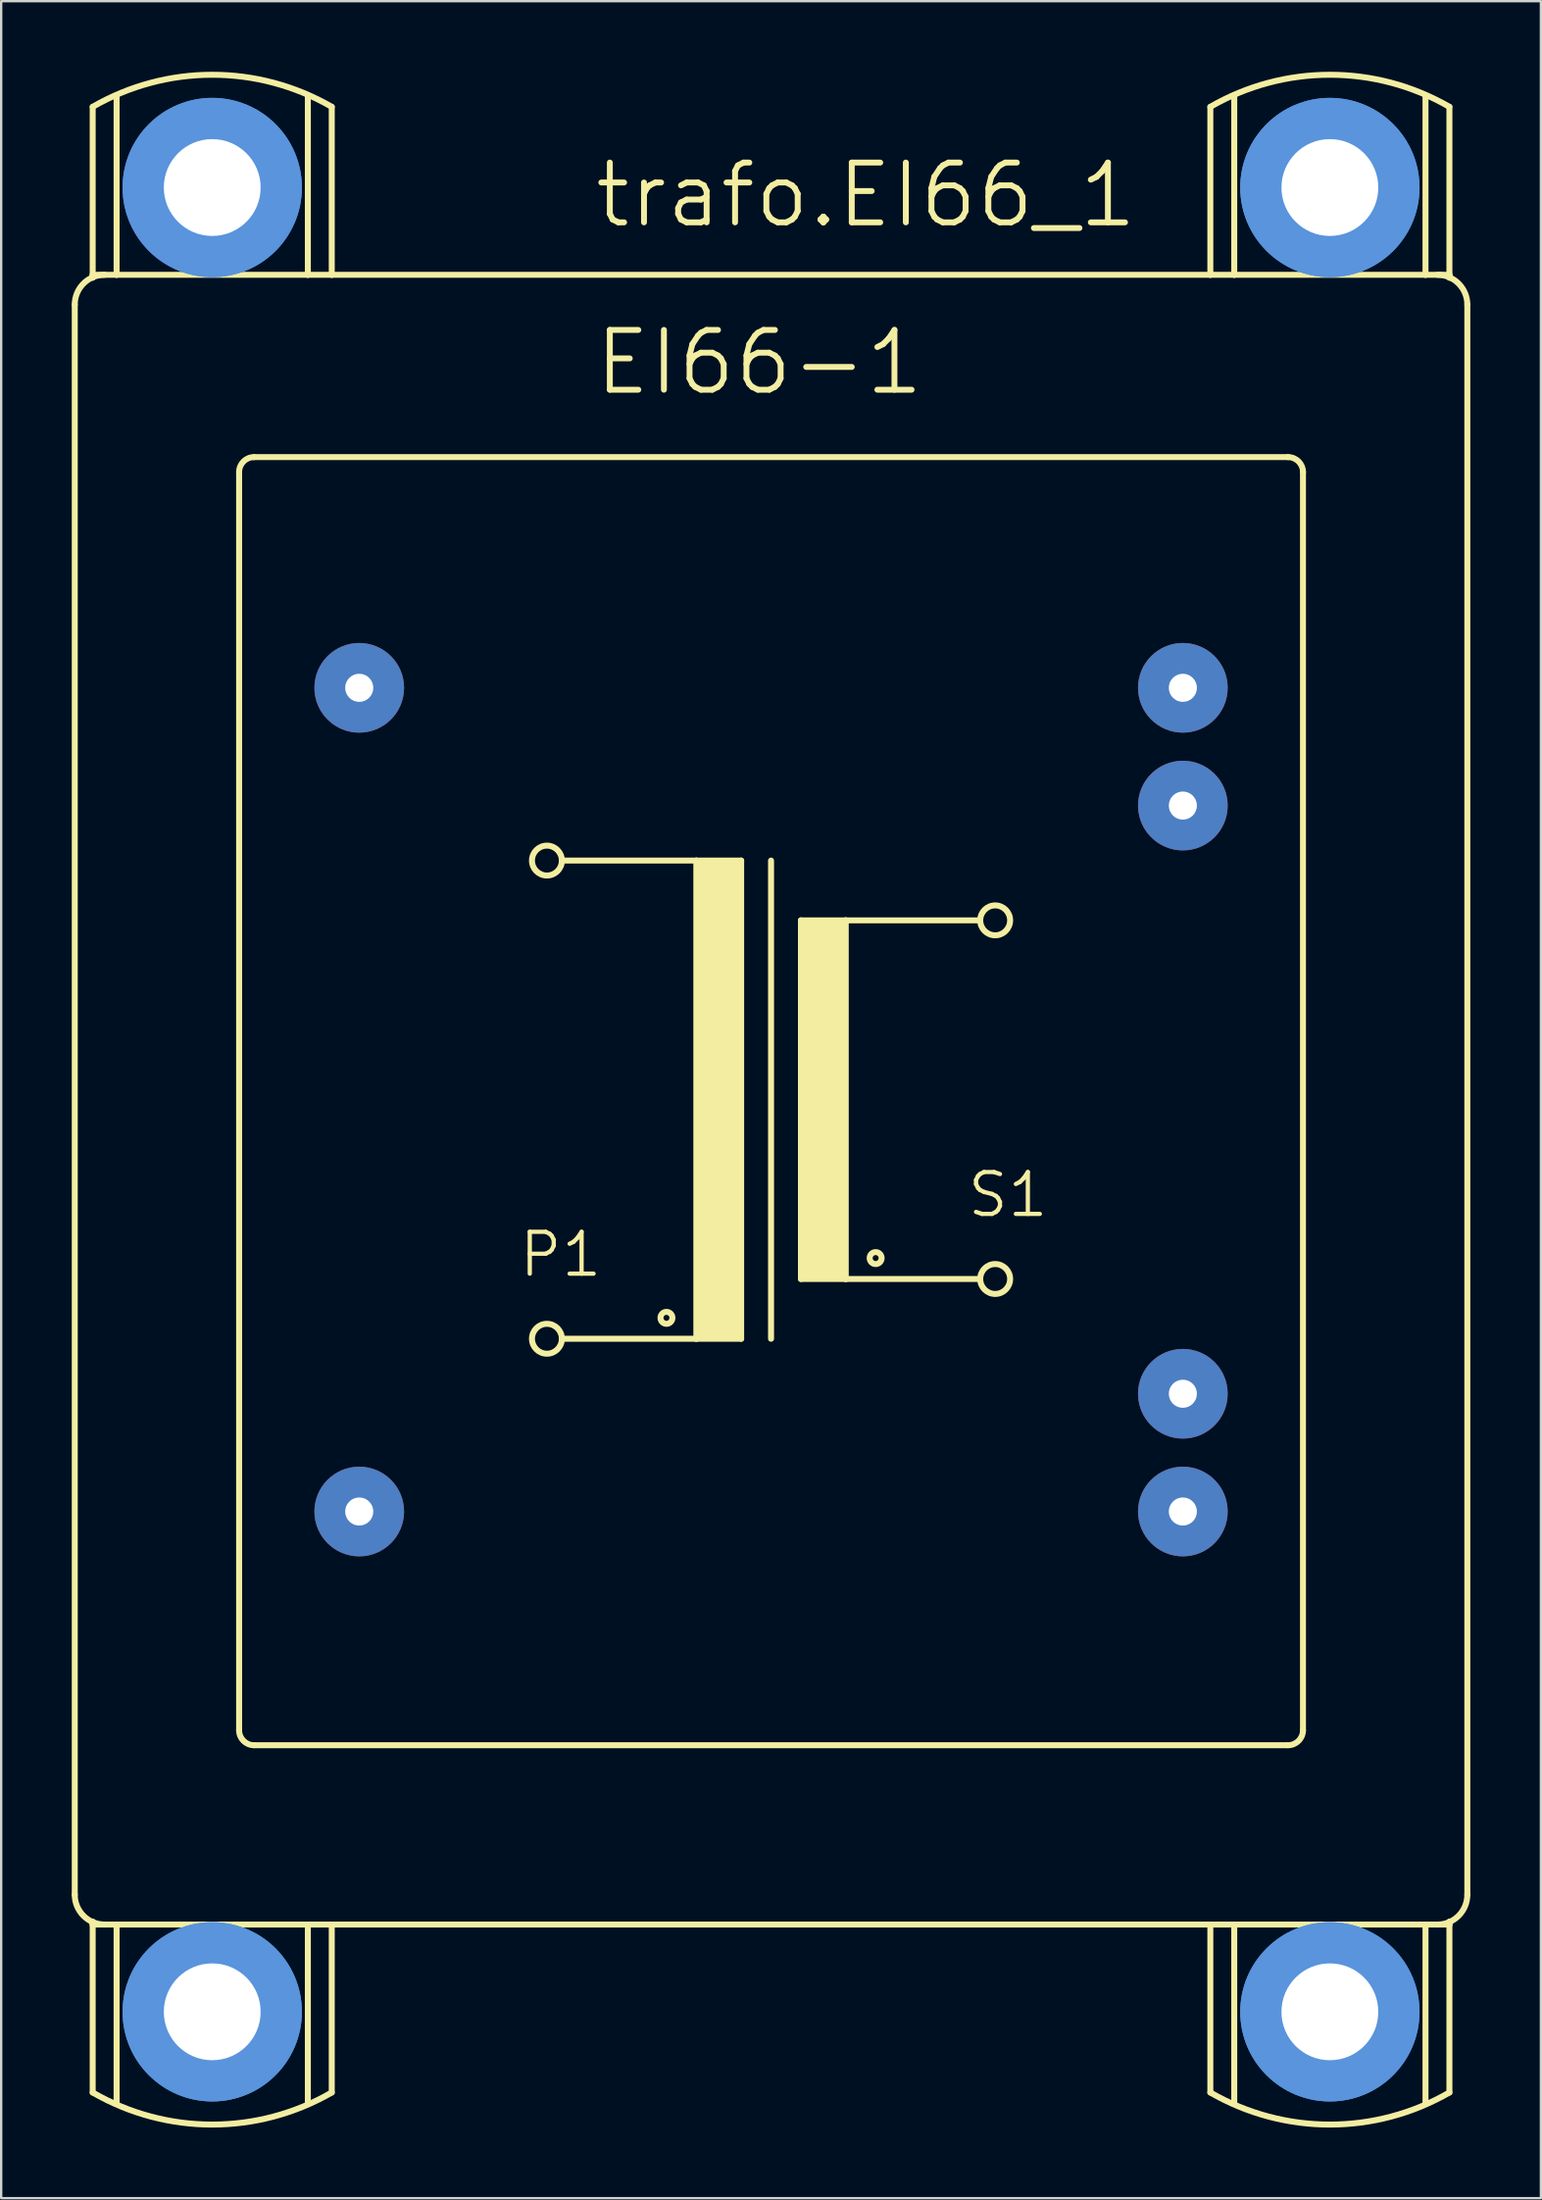
<source format=kicad_pcb>
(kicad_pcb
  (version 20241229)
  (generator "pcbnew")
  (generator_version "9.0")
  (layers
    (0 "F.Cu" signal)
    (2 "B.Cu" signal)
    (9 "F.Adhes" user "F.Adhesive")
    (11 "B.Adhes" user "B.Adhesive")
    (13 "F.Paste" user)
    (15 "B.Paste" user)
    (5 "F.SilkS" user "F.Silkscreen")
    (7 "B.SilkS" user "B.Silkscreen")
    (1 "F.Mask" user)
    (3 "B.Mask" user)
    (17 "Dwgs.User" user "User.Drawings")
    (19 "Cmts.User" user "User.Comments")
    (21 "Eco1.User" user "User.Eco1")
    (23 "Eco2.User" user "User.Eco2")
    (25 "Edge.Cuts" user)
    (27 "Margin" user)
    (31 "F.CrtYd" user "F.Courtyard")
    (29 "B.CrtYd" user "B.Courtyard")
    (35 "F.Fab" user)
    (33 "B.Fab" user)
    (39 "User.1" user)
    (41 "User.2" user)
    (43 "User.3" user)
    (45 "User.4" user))
  (footprint "trafo.EI66_1"
    (layer "F.Cu")
    (at 29.718 43.679)
    (property "Reference" "trafo.EI66_1" (at -7.62 -36.957 0) (layer "F.SilkS") (effects (font (size 2.54 2.54) (thickness 0.25)) (justify left bottom)))
    (attr through_hole)
    (fp_line (start -29.591 33.782) (end -29.591 -33.782) (stroke (width 0.254) (type default)) (layer "F.SilkS"))
    (fp_line (start -28.829 -42.189) (end -28.829 -35.052) (stroke (width 0.254) (type default)) (layer "F.SilkS"))
    (fp_line (start -28.829 -35.052) (end -27.813 -35.052) (stroke (width 0.254) (type default)) (layer "F.SilkS"))
    (fp_line (start -28.829 -34.925) (end -28.829 -35.052) (stroke (width 0.254) (type default)) (layer "F.SilkS"))
    (fp_line (start -28.829 35.052) (end -28.829 34.925) (stroke (width 0.254) (type default)) (layer "F.SilkS"))
    (fp_line (start -28.829 35.052) (end -28.829 42.189) (stroke (width 0.254) (type default)) (layer "F.SilkS"))
    (fp_line (start -28.829 35.052) (end -27.813 35.052) (stroke (width 0.254) (type default)) (layer "F.SilkS"))
    (fp_line (start -27.813 -35.052) (end -27.813 -42.672) (stroke (width 0.254) (type default)) (layer "F.SilkS"))
    (fp_line (start -27.813 -35.052) (end -19.685 -35.052) (stroke (width 0.254) (type default)) (layer "F.SilkS"))
    (fp_line (start -27.813 35.052) (end -27.813 42.672) (stroke (width 0.254) (type default)) (layer "F.SilkS"))
    (fp_line (start -22.606 -26.67) (end -22.606 26.797) (stroke (width 0.254) (type default)) (layer "F.SilkS"))
    (fp_line (start -21.971 -27.305) (end 21.971 -27.305) (stroke (width 0.254) (type default)) (layer "F.SilkS"))
    (fp_line (start -21.971 27.432) (end 21.971 27.432) (stroke (width 0.254) (type default)) (layer "F.SilkS"))
    (fp_line (start -19.685 -35.052) (end -19.685 -42.672) (stroke (width 0.254) (type default)) (layer "F.SilkS"))
    (fp_line (start -19.685 -35.052) (end -18.669 -35.052) (stroke (width 0.254) (type default)) (layer "F.SilkS"))
    (fp_line (start -19.685 35.052) (end -27.813 35.052) (stroke (width 0.254) (type default)) (layer "F.SilkS"))
    (fp_line (start -19.685 35.052) (end -19.685 42.672) (stroke (width 0.254) (type default)) (layer "F.SilkS"))
    (fp_line (start -18.669 -35.052) (end -18.669 -42.189) (stroke (width 0.254) (type default)) (layer "F.SilkS"))
    (fp_line (start -18.669 35.052) (end -19.685 35.052) (stroke (width 0.254) (type default)) (layer "F.SilkS"))
    (fp_line (start -18.669 42.189) (end -18.669 35.052) (stroke (width 0.254) (type default)) (layer "F.SilkS"))
    (fp_line (start -8.89 -10.16) (end -3.175 -10.16) (stroke (width 0.254) (type default)) (layer "F.SilkS"))
    (fp_line (start -3.175 -10.16) (end -3.175 10.16) (stroke (width 0.254) (type default)) (layer "F.SilkS"))
    (fp_line (start -3.175 -10.16) (end -1.27 -10.16) (stroke (width 0.254) (type default)) (layer "F.SilkS"))
    (fp_line (start -3.175 10.16) (end -8.89 10.16) (stroke (width 0.254) (type default)) (layer "F.SilkS"))
    (fp_line (start -1.27 -10.16) (end -1.27 10.16) (stroke (width 0.254) (type default)) (layer "F.SilkS"))
    (fp_line (start -1.27 10.16) (end -3.175 10.16) (stroke (width 0.254) (type default)) (layer "F.SilkS"))
    (fp_line (start 0 -10.16) (end 0 10.16) (stroke (width 0.254) (type default)) (layer "F.SilkS"))
    (fp_line (start 1.27 -7.62) (end 1.27 7.62) (stroke (width 0.254) (type default)) (layer "F.SilkS"))
    (fp_line (start 1.27 -7.62) (end 3.175 -7.62) (stroke (width 0.254) (type default)) (layer "F.SilkS"))
    (fp_line (start 1.27 7.62) (end 3.175 7.62) (stroke (width 0.254) (type default)) (layer "F.SilkS"))
    (fp_line (start 3.175 -7.62) (end 8.89 -7.62) (stroke (width 0.254) (type default)) (layer "F.SilkS"))
    (fp_line (start 3.175 7.62) (end 3.175 -7.62) (stroke (width 0.254) (type default)) (layer "F.SilkS"))
    (fp_line (start 3.175 7.62) (end 8.89 7.62) (stroke (width 0.254) (type default)) (layer "F.SilkS"))
    (fp_line (start 18.669 -42.189) (end 18.669 -35.052) (stroke (width 0.254) (type default)) (layer "F.SilkS"))
    (fp_line (start 18.669 -35.052) (end -18.669 -35.052) (stroke (width 0.254) (type default)) (layer "F.SilkS"))
    (fp_line (start 18.669 -35.052) (end 19.685 -35.052) (stroke (width 0.254) (type default)) (layer "F.SilkS"))
    (fp_line (start 18.669 35.052) (end -18.669 35.052) (stroke (width 0.254) (type default)) (layer "F.SilkS"))
    (fp_line (start 18.669 35.052) (end 18.669 42.189) (stroke (width 0.254) (type default)) (layer "F.SilkS"))
    (fp_line (start 19.685 -35.052) (end 19.685 -42.672) (stroke (width 0.254) (type default)) (layer "F.SilkS"))
    (fp_line (start 19.685 -35.052) (end 27.813 -35.052) (stroke (width 0.254) (type default)) (layer "F.SilkS"))
    (fp_line (start 19.685 35.052) (end 18.669 35.052) (stroke (width 0.254) (type default)) (layer "F.SilkS"))
    (fp_line (start 19.685 35.052) (end 19.685 42.672) (stroke (width 0.254) (type default)) (layer "F.SilkS"))
    (fp_line (start 22.606 26.797) (end 22.606 -26.67) (stroke (width 0.254) (type default)) (layer "F.SilkS"))
    (fp_line (start 27.813 -35.052) (end 27.813 -42.672) (stroke (width 0.254) (type default)) (layer "F.SilkS"))
    (fp_line (start 27.813 -35.052) (end 28.829 -35.052) (stroke (width 0.254) (type default)) (layer "F.SilkS"))
    (fp_line (start 27.813 35.052) (end 19.685 35.052) (stroke (width 0.254) (type default)) (layer "F.SilkS"))
    (fp_line (start 27.813 35.052) (end 27.813 42.672) (stroke (width 0.254) (type default)) (layer "F.SilkS"))
    (fp_line (start 28.829 -35.052) (end 28.829 -42.189) (stroke (width 0.254) (type default)) (layer "F.SilkS"))
    (fp_line (start 28.829 -34.925) (end 28.829 -35.052) (stroke (width 0.254) (type default)) (layer "F.SilkS"))
    (fp_line (start 28.829 35.052) (end 27.813 35.052) (stroke (width 0.254) (type default)) (layer "F.SilkS"))
    (fp_line (start 28.829 35.052) (end 28.829 34.925) (stroke (width 0.254) (type default)) (layer "F.SilkS"))
    (fp_line (start 28.829 42.189) (end 28.829 35.052) (stroke (width 0.254) (type default)) (layer "F.SilkS"))
    (fp_line (start 29.591 -33.782) (end 29.591 33.782) (stroke (width 0.254) (type default)) (layer "F.SilkS"))
    (fp_rect (start -3.175 10.16) (end -1.27 -10.16) (stroke (width 0.05) (type default)) (fill yes) (layer "F.SilkS"))
    (fp_rect (start 1.27 7.62) (end 3.175 -7.62) (stroke (width 0.05) (type default)) (fill yes) (layer "F.SilkS"))
    (fp_arc (start -29.591 -33.782) (mid -29.219026 -34.680026) (end -28.321 -35.052) (stroke (width 0.254) (type default)) (layer "F.SilkS"))
    (fp_arc (start -28.829 -42.1894) (mid -23.749 -43.551979) (end -18.669 -42.1894) (stroke (width 0.254) (type default)) (layer "F.SilkS"))
    (fp_arc (start -28.321 35.052) (mid -29.219026 34.680026) (end -29.591 33.782) (stroke (width 0.254) (type default)) (layer "F.SilkS"))
    (fp_arc (start -22.606 -26.67) (mid -22.420013 -27.119013) (end -21.971 -27.305) (stroke (width 0.254) (type default)) (layer "F.SilkS"))
    (fp_arc (start -21.971 27.432) (mid -22.420013 27.246013) (end -22.606 26.797) (stroke (width 0.254) (type default)) (layer "F.SilkS"))
    (fp_arc (start -18.669 42.1894) (mid -23.749 43.551979) (end -28.829 42.1894) (stroke (width 0.254) (type default)) (layer "F.SilkS"))
    (fp_arc (start 18.669 -42.1894) (mid 23.749 -43.551979) (end 28.829 -42.1894) (stroke (width 0.254) (type default)) (layer "F.SilkS"))
    (fp_arc (start 21.971 -27.305) (mid 22.420013 -27.119013) (end 22.606 -26.67) (stroke (width 0.254) (type default)) (layer "F.SilkS"))
    (fp_arc (start 22.606 26.797) (mid 22.420013 27.246013) (end 21.971 27.432) (stroke (width 0.254) (type default)) (layer "F.SilkS"))
    (fp_arc (start 28.321 -35.052) (mid 29.219026 -34.680026) (end 29.591 -33.782) (stroke (width 0.254) (type default)) (layer "F.SilkS"))
    (fp_arc (start 28.829 42.1894) (mid 23.749 43.551979) (end 18.669 42.1894) (stroke (width 0.254) (type default)) (layer "F.SilkS"))
    (fp_arc (start 29.591 33.782) (mid 29.219026 34.680026) (end 28.321 35.052) (stroke (width 0.254) (type default)) (layer "F.SilkS"))
    (fp_circle (center -9.525 -10.16) (end -8.89 -10.16) (stroke (width 0.254) (type default)) (fill no) (layer "F.SilkS"))
    (fp_circle (center -9.525 10.16) (end -8.89 10.16) (stroke (width 0.254) (type default)) (fill no) (layer "F.SilkS"))
    (fp_circle (center -4.445 9.271) (end -4.191 9.271) (stroke (width 0.254) (type default)) (fill no) (layer "F.SilkS"))
    (fp_circle (center 4.445 6.731) (end 4.699 6.731) (stroke (width 0.254) (type default)) (fill no) (layer "F.SilkS"))
    (fp_circle (center 9.525 -7.62) (end 10.16 -7.62) (stroke (width 0.254) (type default)) (fill no) (layer "F.SilkS"))
    (fp_circle (center 9.525 7.62) (end 10.16 7.62) (stroke (width 0.254) (type default)) (fill no) (layer "F.SilkS"))
    (fp_circle (center -23.749 -38.76) (end -20.828 -38.76) (stroke (width 1.778) (type default)) (fill no) (layer "Cmts.User"))
    (fp_circle (center -23.749 -38.76) (end -20.828 -38.76) (stroke (width 1.778) (type default)) (fill no) (layer "Cmts.User"))
    (fp_circle (center -23.749 38.76) (end -20.828 38.76) (stroke (width 1.778) (type default)) (fill no) (layer "Cmts.User"))
    (fp_circle (center -23.749 38.76) (end -20.828 38.76) (stroke (width 1.778) (type default)) (fill no) (layer "Cmts.User"))
    (fp_circle (center 23.749 -38.76) (end 26.67 -38.76) (stroke (width 1.778) (type default)) (fill no) (layer "Cmts.User"))
    (fp_circle (center 23.749 -38.76) (end 26.67 -38.76) (stroke (width 1.778) (type default)) (fill no) (layer "Cmts.User"))
    (fp_circle (center 23.749 38.76) (end 26.67 38.76) (stroke (width 1.778) (type default)) (fill no) (layer "Cmts.User"))
    (fp_circle (center 23.749 38.76) (end 26.67 38.76) (stroke (width 1.778) (type default)) (fill no) (layer "Cmts.User"))
    (fp_text user "S1" (at 8.255 5.08 0) (layer "F.SilkS") (effects (font (size 1.778 1.778) (thickness 0.18)) (justify left bottom)))
    (fp_text user "EI66-1" (at -7.62 -29.845 0) (layer "F.SilkS") (effects (font (size 2.54 2.54) (thickness 0.25)) (justify left bottom)))
    (fp_text user "P1" (at -10.795 7.62 0) (layer "F.SilkS") (effects (font (size 1.778 1.778) (thickness 0.18)) (justify left bottom)))
    (pad "" np_thru_hole circle (at -23.749 -38.76) (size 4.115 4.115) (drill 4.115) (layers "*.Cu" "*.Mask"))
    (pad "" np_thru_hole circle (at -23.749 38.76) (size 4.115 4.115) (drill 4.115) (layers "*.Cu" "*.Mask"))
    (pad "" np_thru_hole circle (at 23.749 -38.76) (size 4.115 4.115) (drill 4.115) (layers "*.Cu" "*.Mask"))
    (pad "" np_thru_hole circle (at 23.749 38.76) (size 4.115 4.115) (drill 4.115) (layers "*.Cu" "*.Mask"))
    (pad "1" thru_hole circle (at -17.501 -17.501) (size 3.81 3.81) (drill 1.194) (layers "*.Cu" "*.Mask"))
    (pad "8" thru_hole circle (at -17.501 17.501) (size 3.81 3.81) (drill 1.194) (layers "*.Cu" "*.Mask"))
    (pad "9" thru_hole circle (at 17.501 17.501) (size 3.81 3.81) (drill 1.194) (layers "*.Cu" "*.Mask"))
    (pad "10" thru_hole circle (at 17.501 12.497) (size 3.81 3.81) (drill 1.194) (layers "*.Cu" "*.Mask"))
    (pad "15" thru_hole circle (at 17.501 -12.497) (size 3.81 3.81) (drill 1.194) (layers "*.Cu" "*.Mask"))
    (pad "16" thru_hole circle (at 17.501 -17.501) (size 3.81 3.81) (drill 1.194) (layers "*.Cu" "*.Mask")))
  (gr_rect
    (start -3 -3)
    (end 62.436 90.358)
    (stroke (width 0.1) (type default))
    (fill no)
    (layer "Edge.Cuts")))
</source>
